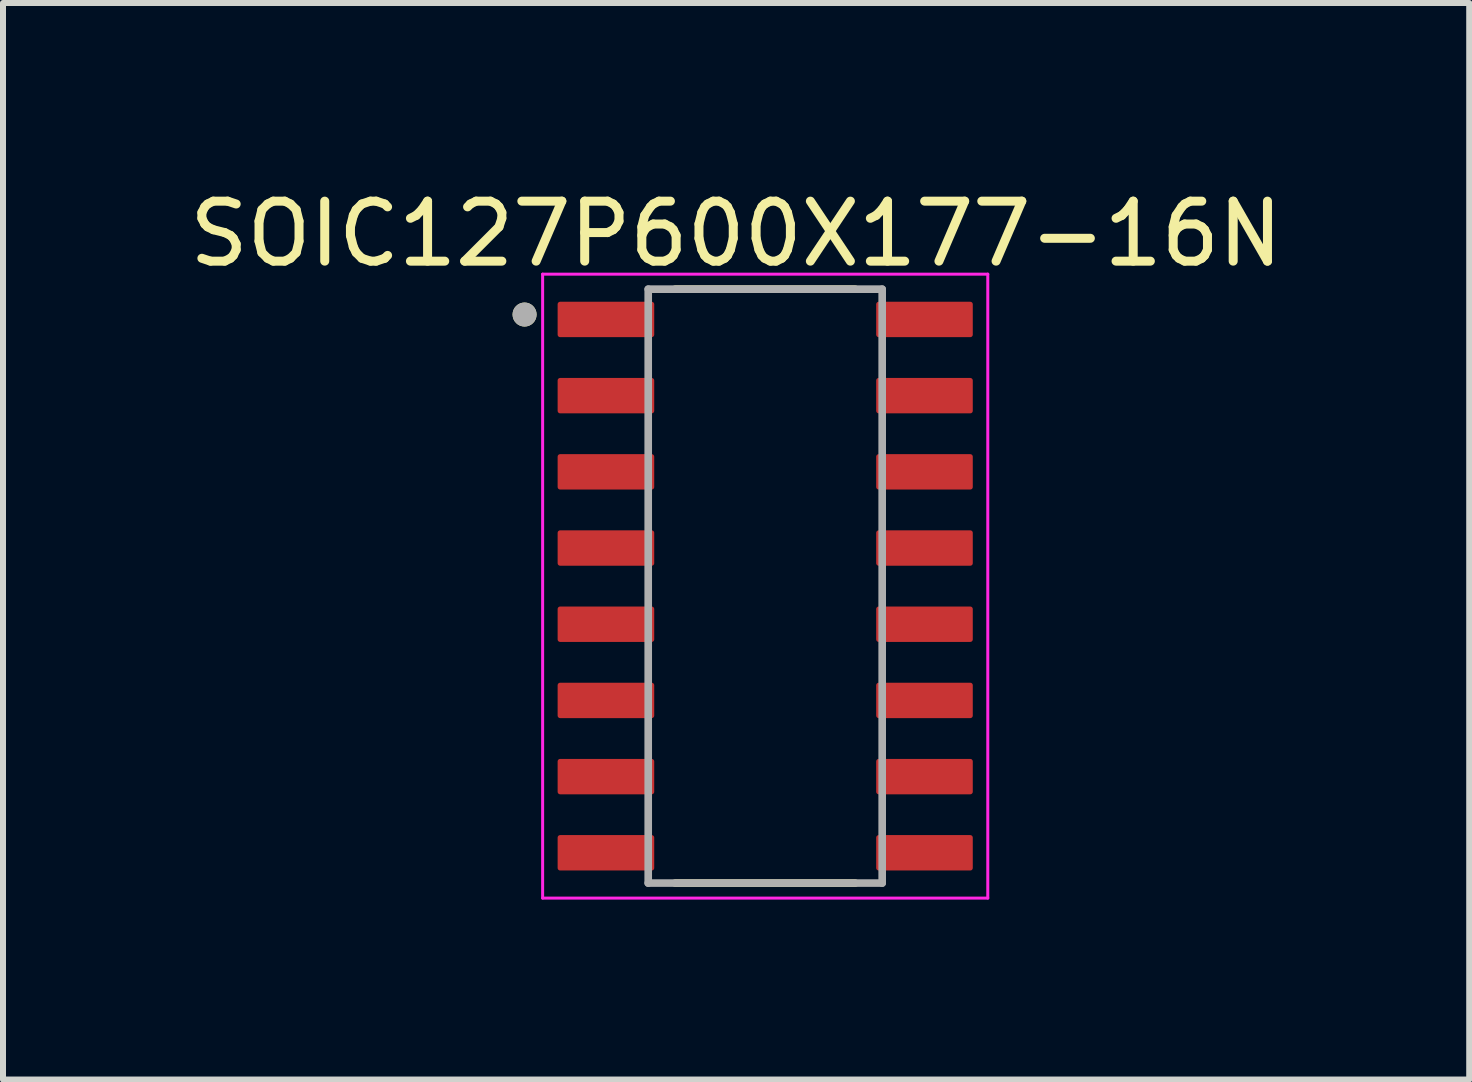
<source format=kicad_pcb>
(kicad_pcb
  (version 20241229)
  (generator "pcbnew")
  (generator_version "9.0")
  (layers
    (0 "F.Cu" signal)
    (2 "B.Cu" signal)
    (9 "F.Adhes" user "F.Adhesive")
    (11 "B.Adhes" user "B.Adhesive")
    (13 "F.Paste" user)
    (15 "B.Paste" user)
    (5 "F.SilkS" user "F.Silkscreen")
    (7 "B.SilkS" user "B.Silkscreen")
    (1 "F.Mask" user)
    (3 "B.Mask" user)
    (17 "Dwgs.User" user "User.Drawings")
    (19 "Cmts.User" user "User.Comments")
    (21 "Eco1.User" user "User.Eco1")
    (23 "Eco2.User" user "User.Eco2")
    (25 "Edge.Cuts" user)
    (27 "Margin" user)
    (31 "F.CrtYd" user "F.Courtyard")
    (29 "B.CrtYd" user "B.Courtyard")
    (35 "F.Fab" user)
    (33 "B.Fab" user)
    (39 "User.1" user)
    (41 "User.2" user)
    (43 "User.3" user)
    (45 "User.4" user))
  (footprint "SOIC127P600X177-16N"
    (layer "F.Cu")
    (at 9.705 6.72)
    (property "Reference" "SOIC127P600X177-16N" (at -0.485 -5.872 0) (layer "F.SilkS") (effects (font (size 1 1) (thickness 0.15))))
    (attr through_hole)
    (fp_line (start -1.5 -4.95) (end 1.5 -4.95) (stroke (width 0.127) (type solid)) (layer "F.SilkS"))
    (fp_line (start -1.5 4.95) (end 1.5 4.95) (stroke (width 0.127) (type solid)) (layer "F.SilkS"))
    (fp_circle (center -4.011 -4.527) (end -3.911 -4.527) (stroke (width 0.2) (type solid)) (fill no) (layer "F.SilkS"))
    (fp_line (start -3.71 -5.2) (end -3.71 5.2) (stroke (width 0.05) (type solid)) (layer "F.CrtYd"))
    (fp_line (start -3.71 -5.2) (end 3.71 -5.2) (stroke (width 0.05) (type solid)) (layer "F.CrtYd"))
    (fp_line (start -3.71 5.2) (end 3.71 5.2) (stroke (width 0.05) (type solid)) (layer "F.CrtYd"))
    (fp_line (start 3.71 -5.2) (end 3.71 5.2) (stroke (width 0.05) (type solid)) (layer "F.CrtYd"))
    (fp_line (start -1.95 -4.95) (end -1.95 4.95) (stroke (width 0.127) (type solid)) (layer "F.Fab"))
    (fp_line (start -1.95 -4.95) (end 1.95 -4.95) (stroke (width 0.127) (type solid)) (layer "F.Fab"))
    (fp_line (start -1.95 4.95) (end 1.95 4.95) (stroke (width 0.127) (type solid)) (layer "F.Fab"))
    (fp_line (start 1.95 -4.95) (end 1.95 4.95) (stroke (width 0.127) (type solid)) (layer "F.Fab"))
    (fp_circle (center -4.011 -4.527) (end -3.911 -4.527) (stroke (width 0.2) (type solid)) (fill no) (layer "F.Fab"))
    (pad "1" smd roundrect (at -2.655 -4.445) (size 1.61 0.59) (layers "F.Cu" "F.Mask" "F.Paste") (roundrect_rratio 0.07))
    (pad "2" smd roundrect (at -2.655 -3.175) (size 1.61 0.59) (layers "F.Cu" "F.Mask" "F.Paste") (roundrect_rratio 0.07))
    (pad "3" smd roundrect (at -2.655 -1.905) (size 1.61 0.59) (layers "F.Cu" "F.Mask" "F.Paste") (roundrect_rratio 0.07))
    (pad "4" smd roundrect (at -2.655 -0.635) (size 1.61 0.59) (layers "F.Cu" "F.Mask" "F.Paste") (roundrect_rratio 0.07))
    (pad "5" smd roundrect (at -2.655 0.635) (size 1.61 0.59) (layers "F.Cu" "F.Mask" "F.Paste") (roundrect_rratio 0.07))
    (pad "6" smd roundrect (at -2.655 1.905) (size 1.61 0.59) (layers "F.Cu" "F.Mask" "F.Paste") (roundrect_rratio 0.07))
    (pad "7" smd roundrect (at -2.655 3.175) (size 1.61 0.59) (layers "F.Cu" "F.Mask" "F.Paste") (roundrect_rratio 0.07))
    (pad "8" smd roundrect (at -2.655 4.445) (size 1.61 0.59) (layers "F.Cu" "F.Mask" "F.Paste") (roundrect_rratio 0.07))
    (pad "9" smd roundrect (at 2.655 4.445) (size 1.61 0.59) (layers "F.Cu" "F.Mask" "F.Paste") (roundrect_rratio 0.07))
    (pad "10" smd roundrect (at 2.655 3.175) (size 1.61 0.59) (layers "F.Cu" "F.Mask" "F.Paste") (roundrect_rratio 0.07))
    (pad "11" smd roundrect (at 2.655 1.905) (size 1.61 0.59) (layers "F.Cu" "F.Mask" "F.Paste") (roundrect_rratio 0.07))
    (pad "12" smd roundrect (at 2.655 0.635) (size 1.61 0.59) (layers "F.Cu" "F.Mask" "F.Paste") (roundrect_rratio 0.07))
    (pad "13" smd roundrect (at 2.655 -0.635) (size 1.61 0.59) (layers "F.Cu" "F.Mask" "F.Paste") (roundrect_rratio 0.07))
    (pad "14" smd roundrect (at 2.655 -1.905) (size 1.61 0.59) (layers "F.Cu" "F.Mask" "F.Paste") (roundrect_rratio 0.07))
    (pad "15" smd roundrect (at 2.655 -3.175) (size 1.61 0.59) (layers "F.Cu" "F.Mask" "F.Paste") (roundrect_rratio 0.07))
    (pad "16" smd roundrect (at 2.655 -4.445) (size 1.61 0.59) (layers "F.Cu" "F.Mask" "F.Paste") (roundrect_rratio 0.07)))
  (gr_rect
    (start -3 -3)
    (end 21.44 14.945)
    (stroke (width 0.1) (type default))
    (fill no)
    (layer "Edge.Cuts")))
</source>
